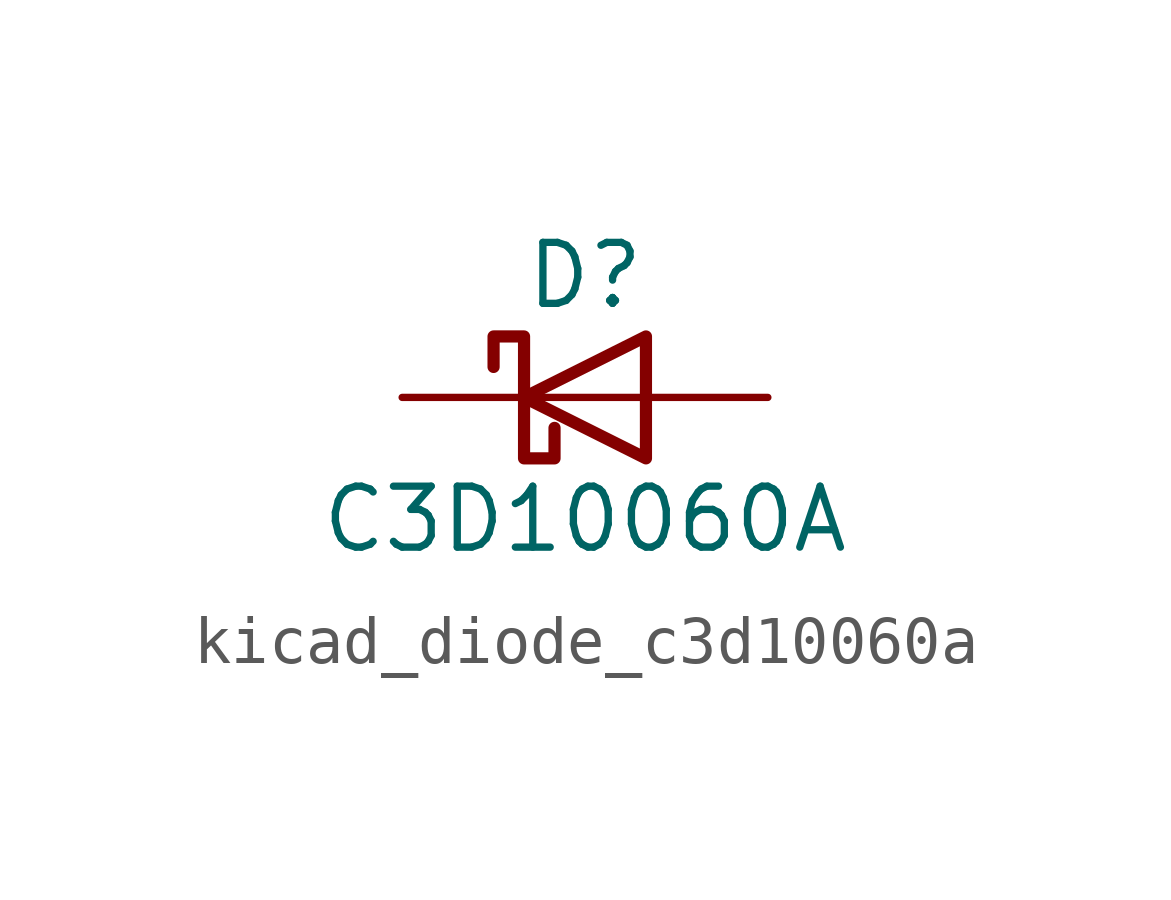
<source format=kicad_sym>
(kicad_symbol_lib
  (version 20220914)
  (generator kicad_symbol_editor)
  (symbol "kicad_diode_c3d10060a"
    (pin_numbers hide)
    (pin_names
      (offset 1.016) hide)
    (property "Reference" "D"
      (at 0 2.54 0)
      (effects (font (size 1.27 1.27))))
    (property "Value" "C3D10060A"
      (at 0 -2.54 0)
      (effects (font (size 1.27 1.27))))
    (symbol "kicad_diode_c3d10060a_0_1"
      (polyline (pts (xy 1.27 0) (xy -1.27 0)) (stroke (width 0) (type default)) (fill (type none)))
      (polyline (pts (xy 1.27 1.27) (xy 1.27 -1.27) (xy -1.27 0) (xy 1.27 1.27)) (stroke (width 0.254) (type default)) (fill (type none)))
      (polyline (pts (xy -1.905 0.635) (xy -1.905 1.27) (xy -1.27 1.27) (xy -1.27 -1.27) (xy -0.635 -1.27) (xy -0.635 -0.635)) (stroke (width 0.254) (type default)) (fill (type none))))
    (symbol "kicad_diode_c3d10060a_1_1"
      (pin passive line (at -3.81 0 0) (length 2.54) (name "K" (effects (font (size 1.27 1.27)))) (number "1" (effects (font (size 1.27 1.27)))))
      (pin passive line (at 3.81 0 180) (length 2.54) (name "A" (effects (font (size 1.27 1.27)))) (number "2" (effects (font (size 1.27 1.27))))))))
</source>
